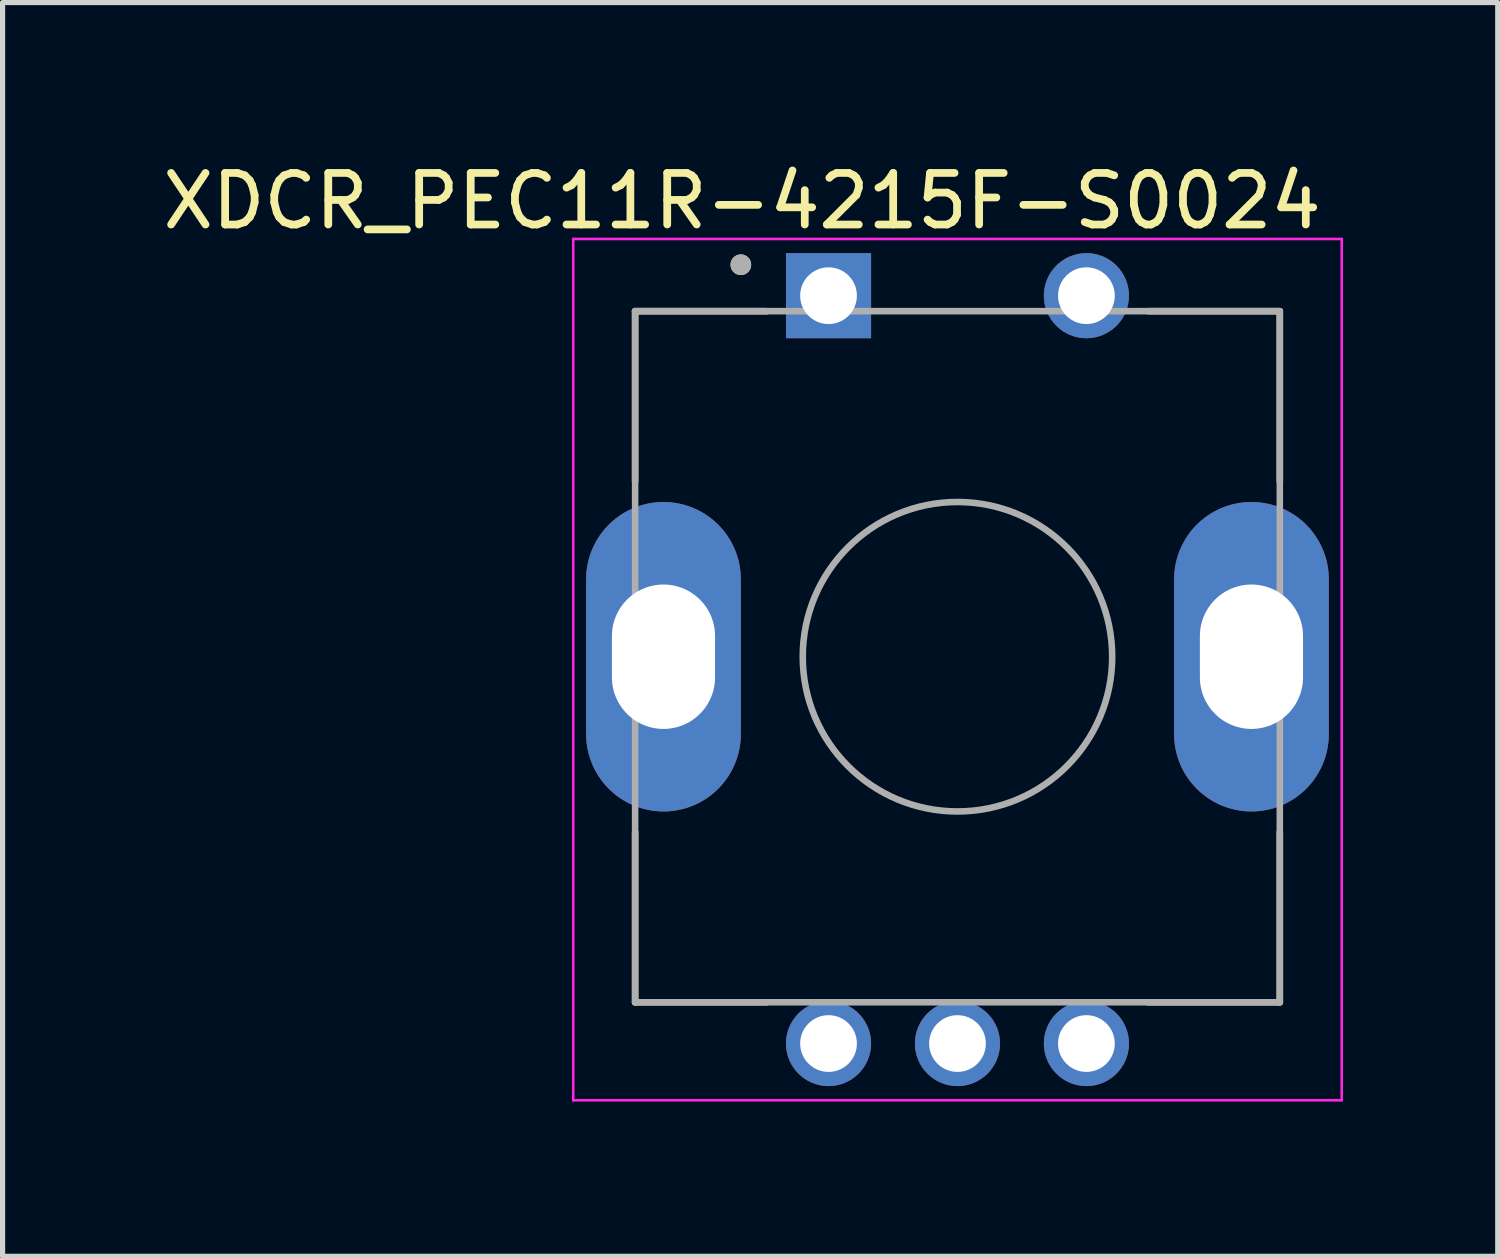
<source format=kicad_pcb>
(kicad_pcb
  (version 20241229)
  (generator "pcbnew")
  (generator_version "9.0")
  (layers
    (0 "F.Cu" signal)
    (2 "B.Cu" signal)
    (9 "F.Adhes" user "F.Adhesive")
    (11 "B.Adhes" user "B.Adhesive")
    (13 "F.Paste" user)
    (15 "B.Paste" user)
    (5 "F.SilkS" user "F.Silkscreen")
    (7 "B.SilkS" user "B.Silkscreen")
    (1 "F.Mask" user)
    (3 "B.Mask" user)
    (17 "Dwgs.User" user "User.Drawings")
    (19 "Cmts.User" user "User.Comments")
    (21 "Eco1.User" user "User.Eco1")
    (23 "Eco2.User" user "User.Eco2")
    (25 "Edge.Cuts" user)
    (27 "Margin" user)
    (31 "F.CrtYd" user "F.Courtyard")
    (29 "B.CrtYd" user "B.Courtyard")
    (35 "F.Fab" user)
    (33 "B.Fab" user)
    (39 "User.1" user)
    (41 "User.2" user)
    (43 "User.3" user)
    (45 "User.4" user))
  (footprint "XDCR_PEC11R-4215F-S0024"
    (layer "F.Cu")
    (at 15.514 9.683)
    (property "Reference" "XDCR_PEC11R-4215F-S0024" (at -4.175 -8.835 0) (layer "F.SilkS") (effects (font (size 1 1) (thickness 0.15))))
    (attr through_hole)
    (fp_line (start -6.25 -6.7) (end -3.7 -6.7) (stroke (width 0.127) (type solid)) (layer "F.SilkS"))
    (fp_line (start -6.25 -3.4) (end -6.25 -6.7) (stroke (width 0.127) (type solid)) (layer "F.SilkS"))
    (fp_line (start -6.25 3.4) (end -6.25 6.7) (stroke (width 0.127) (type solid)) (layer "F.SilkS"))
    (fp_line (start -6.25 6.7) (end -3.7 6.7) (stroke (width 0.127) (type solid)) (layer "F.SilkS"))
    (fp_line (start 3.7 -6.7) (end 6.25 -6.7) (stroke (width 0.127) (type solid)) (layer "F.SilkS"))
    (fp_line (start 3.7 6.7) (end 6.25 6.7) (stroke (width 0.127) (type solid)) (layer "F.SilkS"))
    (fp_line (start 6.25 -6.7) (end 6.25 -3.4) (stroke (width 0.127) (type solid)) (layer "F.SilkS"))
    (fp_line (start 6.25 6.7) (end 6.25 3.4) (stroke (width 0.127) (type solid)) (layer "F.SilkS"))
    (fp_circle (center -4.2 -7.6) (end -4.1 -7.6) (stroke (width 0.2) (type solid)) (fill no) (layer "F.SilkS"))
    (fp_line (start -7.45 -8.1) (end -7.45 8.6) (stroke (width 0.05) (type solid)) (layer "F.CrtYd"))
    (fp_line (start -7.45 8.6) (end 7.45 8.6) (stroke (width 0.05) (type solid)) (layer "F.CrtYd"))
    (fp_line (start 7.45 -8.1) (end -7.45 -8.1) (stroke (width 0.05) (type solid)) (layer "F.CrtYd"))
    (fp_line (start 7.45 8.6) (end 7.45 -8.1) (stroke (width 0.05) (type solid)) (layer "F.CrtYd"))
    (fp_line (start -6.25 -6.7) (end 6.25 -6.7) (stroke (width 0.127) (type solid)) (layer "F.Fab"))
    (fp_line (start -6.25 6.7) (end -6.25 -6.7) (stroke (width 0.127) (type solid)) (layer "F.Fab"))
    (fp_line (start 6.25 -6.7) (end 6.25 6.7) (stroke (width 0.127) (type solid)) (layer "F.Fab"))
    (fp_line (start 6.25 6.7) (end -6.25 6.7) (stroke (width 0.127) (type solid)) (layer "F.Fab"))
    (fp_circle (center -4.2 -7.6) (end -4.1 -7.6) (stroke (width 0.2) (type solid)) (fill no) (layer "F.Fab"))
    (fp_circle (center 0 0) (end 3 0) (stroke (width 0.127) (type solid)) (fill no) (layer "F.Fab"))
    (pad "1" thru_hole rect (at -2.5 -7) (size 1.65 1.65) (drill 1.1) (layers "*.Cu" "*.Mask"))
    (pad "2" thru_hole circle (at 2.5 -7) (size 1.65 1.65) (drill 1.1) (layers "*.Cu" "*.Mask"))
    (pad "A" thru_hole circle (at -2.5 7.5) (size 1.65 1.65) (drill 1.1) (layers "*.Cu" "*.Mask"))
    (pad "B" thru_hole circle (at 2.5 7.5) (size 1.65 1.65) (drill 1.1) (layers "*.Cu" "*.Mask"))
    (pad "COM" thru_hole circle (at 0 7.5) (size 1.65 1.65) (drill 1.1) (layers "*.Cu" "*.Mask"))
    (pad "MNT_1" thru_hole oval (at -5.7 0) (size 3 6) (drill oval 2 2.8) (layers "*.Cu" "*.Mask"))
    (pad "MNT_2" thru_hole oval (at 5.7 0) (size 3 6) (drill oval 2 2.8) (layers "*.Cu" "*.Mask")))
  (gr_rect
    (start -3 -3)
    (end 25.989 21.308)
    (stroke (width 0.1) (type default))
    (fill no)
    (layer "Edge.Cuts")))
</source>
